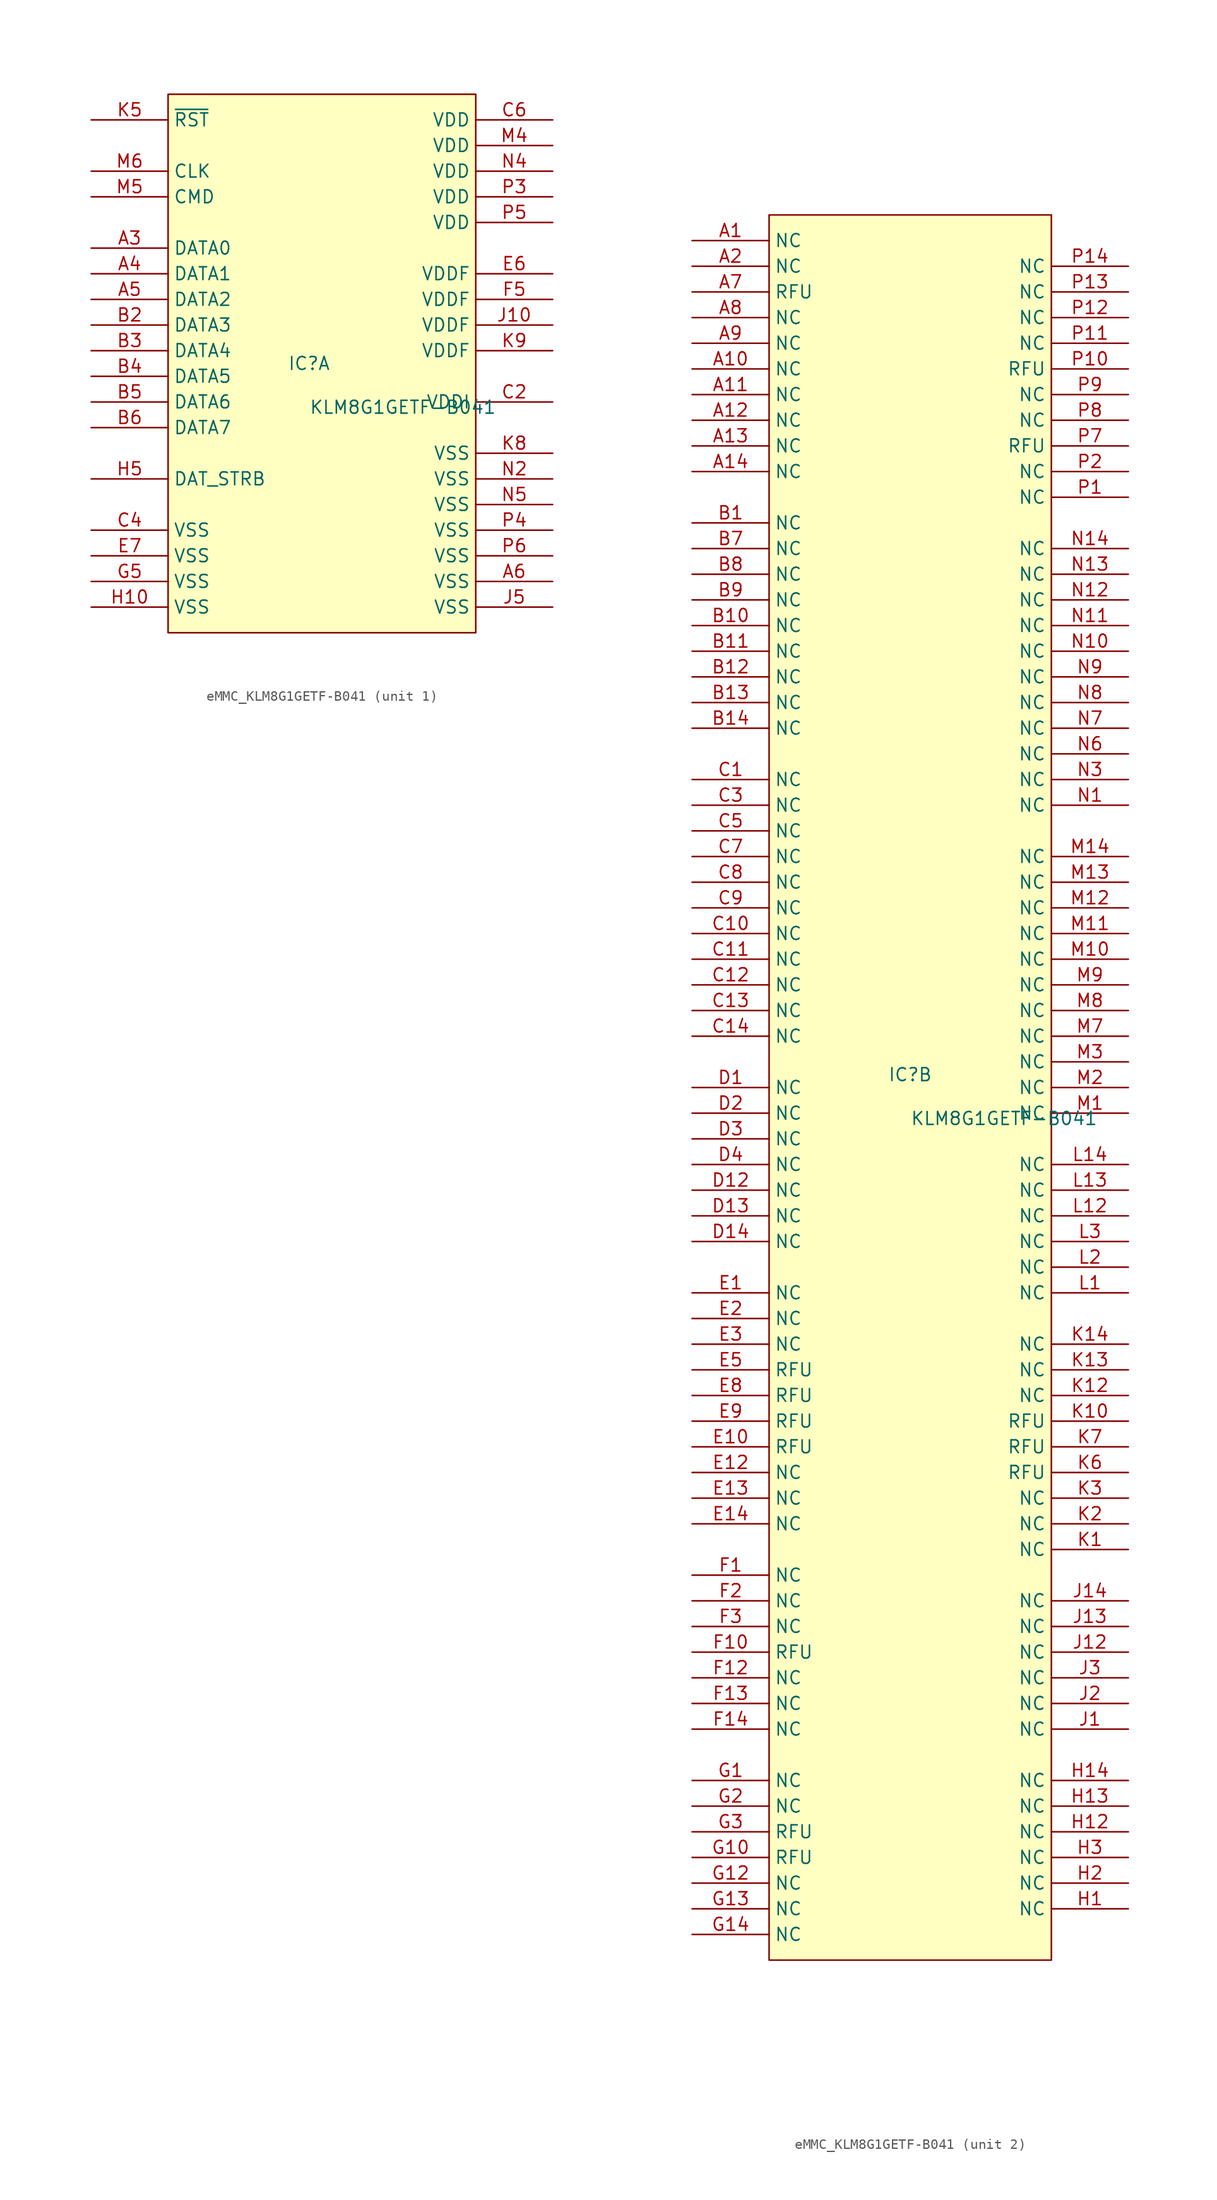
<source format=kicad_sym>
(kicad_symbol_lib
  (version 20231120)
  (generator "kicad_symbol_editor")
  (generator_version "8.0")
  (symbol "eMMC_KLM8G1GETF-B041"
    (property "Reference" "IC"
      (at -1.27 1.27 0)
      (effects (font (size 1.27 1.27))))
    (property "Value" "KLM8G1GETF-B041"
      (at -1.27 -3.81 0)
      (effects (font (size 1.27 1.27)) (justify left bottom)))
    (symbol "eMMC_KLM8G1GETF-B041_1_0"
      (rectangle (start -15.24 27.94) (end 15.24 -25.4) (stroke (width 0) (type solid) (color 128 0 0 1)) (fill (type background)))
      (pin bidirectional line (at -22.86 12.7 0) (length 7.62) (name "DATA0" (effects (font (size 1.27 1.27)))) (number "A3" (effects (font (size 1.27 1.27)))))
      (pin bidirectional line (at -22.86 10.16 0) (length 7.62) (name "DATA1" (effects (font (size 1.27 1.27)))) (number "A4" (effects (font (size 1.27 1.27)))))
      (pin bidirectional line (at -22.86 7.62 0) (length 7.62) (name "DATA2" (effects (font (size 1.27 1.27)))) (number "A5" (effects (font (size 1.27 1.27)))))
      (pin power_in line (at 22.86 -20.32 180) (length 7.62) (name "VSS" (effects (font (size 1.27 1.27)))) (number "A6" (effects (font (size 1.27 1.27)))))
      (pin bidirectional line (at -22.86 5.08 0) (length 7.62) (name "DATA3" (effects (font (size 1.27 1.27)))) (number "B2" (effects (font (size 1.27 1.27)))))
      (pin bidirectional line (at -22.86 2.54 0) (length 7.62) (name "DATA4" (effects (font (size 1.27 1.27)))) (number "B3" (effects (font (size 1.27 1.27)))))
      (pin bidirectional line (at -22.86 0 0) (length 7.62) (name "DATA5" (effects (font (size 1.27 1.27)))) (number "B4" (effects (font (size 1.27 1.27)))))
      (pin bidirectional line (at -22.86 -2.54 0) (length 7.62) (name "DATA6" (effects (font (size 1.27 1.27)))) (number "B5" (effects (font (size 1.27 1.27)))))
      (pin bidirectional line (at -22.86 -5.08 0) (length 7.62) (name "DATA7" (effects (font (size 1.27 1.27)))) (number "B6" (effects (font (size 1.27 1.27)))))
      (pin power_in line (at 22.86 -2.54 180) (length 7.62) (name "VDDI" (effects (font (size 1.27 1.27)))) (number "C2" (effects (font (size 1.27 1.27)))))
      (pin power_in line (at -22.86 -15.24 0) (length 7.62) (name "VSS" (effects (font (size 1.27 1.27)))) (number "C4" (effects (font (size 1.27 1.27)))))
      (pin power_in line (at 22.86 25.4 180) (length 7.62) (name "VDD" (effects (font (size 1.27 1.27)))) (number "C6" (effects (font (size 1.27 1.27)))))
      (pin power_in line (at 22.86 10.16 180) (length 7.62) (name "VDDF" (effects (font (size 1.27 1.27)))) (number "E6" (effects (font (size 1.27 1.27)))))
      (pin power_in line (at -22.86 -17.78 0) (length 7.62) (name "VSS" (effects (font (size 1.27 1.27)))) (number "E7" (effects (font (size 1.27 1.27)))))
      (pin power_in line (at 22.86 7.62 180) (length 7.62) (name "VDDF" (effects (font (size 1.27 1.27)))) (number "F5" (effects (font (size 1.27 1.27)))))
      (pin power_in line (at -22.86 -20.32 0) (length 7.62) (name "VSS" (effects (font (size 1.27 1.27)))) (number "G5" (effects (font (size 1.27 1.27)))))
      (pin power_in line (at -22.86 -22.86 0) (length 7.62) (name "VSS" (effects (font (size 1.27 1.27)))) (number "H10" (effects (font (size 1.27 1.27)))))
      (pin passive line (at -22.86 -10.16 0) (length 7.62) (name "DAT_STRB" (effects (font (size 1.27 1.27)))) (number "H5" (effects (font (size 1.27 1.27)))))
      (pin power_in line (at 22.86 5.08 180) (length 7.62) (name "VDDF" (effects (font (size 1.27 1.27)))) (number "J10" (effects (font (size 1.27 1.27)))))
      (pin power_in line (at 22.86 -22.86 180) (length 7.62) (name "VSS" (effects (font (size 1.27 1.27)))) (number "J5" (effects (font (size 1.27 1.27)))))
      (pin input line (at -22.86 25.4 0) (length 7.62) (name "~{RST}" (effects (font (size 1.27 1.27)))) (number "K5" (effects (font (size 1.27 1.27)))))
      (pin power_in line (at 22.86 -7.62 180) (length 7.62) (name "VSS" (effects (font (size 1.27 1.27)))) (number "K8" (effects (font (size 1.27 1.27)))))
      (pin power_in line (at 22.86 2.54 180) (length 7.62) (name "VDDF" (effects (font (size 1.27 1.27)))) (number "K9" (effects (font (size 1.27 1.27)))))
      (pin power_in line (at 22.86 22.86 180) (length 7.62) (name "VDD" (effects (font (size 1.27 1.27)))) (number "M4" (effects (font (size 1.27 1.27)))))
      (pin input line (at -22.86 17.78 0) (length 7.62) (name "CMD" (effects (font (size 1.27 1.27)))) (number "M5" (effects (font (size 1.27 1.27)))))
      (pin input line (at -22.86 20.32 0) (length 7.62) (name "CLK" (effects (font (size 1.27 1.27)))) (number "M6" (effects (font (size 1.27 1.27)))))
      (pin power_in line (at 22.86 -10.16 180) (length 7.62) (name "VSS" (effects (font (size 1.27 1.27)))) (number "N2" (effects (font (size 1.27 1.27)))))
      (pin power_in line (at 22.86 20.32 180) (length 7.62) (name "VDD" (effects (font (size 1.27 1.27)))) (number "N4" (effects (font (size 1.27 1.27)))))
      (pin power_in line (at 22.86 -12.7 180) (length 7.62) (name "VSS" (effects (font (size 1.27 1.27)))) (number "N5" (effects (font (size 1.27 1.27)))))
      (pin power_in line (at 22.86 17.78 180) (length 7.62) (name "VDD" (effects (font (size 1.27 1.27)))) (number "P3" (effects (font (size 1.27 1.27)))))
      (pin power_in line (at 22.86 -15.24 180) (length 7.62) (name "VSS" (effects (font (size 1.27 1.27)))) (number "P4" (effects (font (size 1.27 1.27)))))
      (pin power_in line (at 22.86 15.24 180) (length 7.62) (name "VDD" (effects (font (size 1.27 1.27)))) (number "P5" (effects (font (size 1.27 1.27)))))
      (pin power_in line (at 22.86 -17.78 180) (length 7.62) (name "VSS" (effects (font (size 1.27 1.27)))) (number "P6" (effects (font (size 1.27 1.27))))))
    (symbol "eMMC_KLM8G1GETF-B041_2_0"
      (rectangle (start -15.24 86.36) (end 12.7 -86.36) (stroke (width 0) (type solid) (color 128 0 0 1)) (fill (type background)))
      (pin passive line (at -22.86 83.82 0) (length 7.62) (name "NC" (effects (font (size 1.27 1.27)))) (number "A1" (effects (font (size 1.27 1.27)))))
      (pin passive line (at -22.86 71.12 0) (length 7.62) (name "NC" (effects (font (size 1.27 1.27)))) (number "A10" (effects (font (size 1.27 1.27)))))
      (pin passive line (at -22.86 68.58 0) (length 7.62) (name "NC" (effects (font (size 1.27 1.27)))) (number "A11" (effects (font (size 1.27 1.27)))))
      (pin passive line (at -22.86 66.04 0) (length 7.62) (name "NC" (effects (font (size 1.27 1.27)))) (number "A12" (effects (font (size 1.27 1.27)))))
      (pin passive line (at -22.86 63.5 0) (length 7.62) (name "NC" (effects (font (size 1.27 1.27)))) (number "A13" (effects (font (size 1.27 1.27)))))
      (pin passive line (at -22.86 60.96 0) (length 7.62) (name "NC" (effects (font (size 1.27 1.27)))) (number "A14" (effects (font (size 1.27 1.27)))))
      (pin passive line (at -22.86 81.28 0) (length 7.62) (name "NC" (effects (font (size 1.27 1.27)))) (number "A2" (effects (font (size 1.27 1.27)))))
      (pin passive line (at -22.86 78.74 0) (length 7.62) (name "RFU" (effects (font (size 1.27 1.27)))) (number "A7" (effects (font (size 1.27 1.27)))))
      (pin passive line (at -22.86 76.2 0) (length 7.62) (name "NC" (effects (font (size 1.27 1.27)))) (number "A8" (effects (font (size 1.27 1.27)))))
      (pin passive line (at -22.86 73.66 0) (length 7.62) (name "NC" (effects (font (size 1.27 1.27)))) (number "A9" (effects (font (size 1.27 1.27)))))
      (pin passive line (at -22.86 55.88 0) (length 7.62) (name "NC" (effects (font (size 1.27 1.27)))) (number "B1" (effects (font (size 1.27 1.27)))))
      (pin passive line (at -22.86 45.72 0) (length 7.62) (name "NC" (effects (font (size 1.27 1.27)))) (number "B10" (effects (font (size 1.27 1.27)))))
      (pin passive line (at -22.86 43.18 0) (length 7.62) (name "NC" (effects (font (size 1.27 1.27)))) (number "B11" (effects (font (size 1.27 1.27)))))
      (pin passive line (at -22.86 40.64 0) (length 7.62) (name "NC" (effects (font (size 1.27 1.27)))) (number "B12" (effects (font (size 1.27 1.27)))))
      (pin passive line (at -22.86 38.1 0) (length 7.62) (name "NC" (effects (font (size 1.27 1.27)))) (number "B13" (effects (font (size 1.27 1.27)))))
      (pin passive line (at -22.86 35.56 0) (length 7.62) (name "NC" (effects (font (size 1.27 1.27)))) (number "B14" (effects (font (size 1.27 1.27)))))
      (pin passive line (at -22.86 53.34 0) (length 7.62) (name "NC" (effects (font (size 1.27 1.27)))) (number "B7" (effects (font (size 1.27 1.27)))))
      (pin passive line (at -22.86 50.8 0) (length 7.62) (name "NC" (effects (font (size 1.27 1.27)))) (number "B8" (effects (font (size 1.27 1.27)))))
      (pin passive line (at -22.86 48.26 0) (length 7.62) (name "NC" (effects (font (size 1.27 1.27)))) (number "B9" (effects (font (size 1.27 1.27)))))
      (pin passive line (at -22.86 30.48 0) (length 7.62) (name "NC" (effects (font (size 1.27 1.27)))) (number "C1" (effects (font (size 1.27 1.27)))))
      (pin passive line (at -22.86 15.24 0) (length 7.62) (name "NC" (effects (font (size 1.27 1.27)))) (number "C10" (effects (font (size 1.27 1.27)))))
      (pin passive line (at -22.86 12.7 0) (length 7.62) (name "NC" (effects (font (size 1.27 1.27)))) (number "C11" (effects (font (size 1.27 1.27)))))
      (pin passive line (at -22.86 10.16 0) (length 7.62) (name "NC" (effects (font (size 1.27 1.27)))) (number "C12" (effects (font (size 1.27 1.27)))))
      (pin passive line (at -22.86 7.62 0) (length 7.62) (name "NC" (effects (font (size 1.27 1.27)))) (number "C13" (effects (font (size 1.27 1.27)))))
      (pin passive line (at -22.86 5.08 0) (length 7.62) (name "NC" (effects (font (size 1.27 1.27)))) (number "C14" (effects (font (size 1.27 1.27)))))
      (pin passive line (at -22.86 27.94 0) (length 7.62) (name "NC" (effects (font (size 1.27 1.27)))) (number "C3" (effects (font (size 1.27 1.27)))))
      (pin passive line (at -22.86 25.4 0) (length 7.62) (name "NC" (effects (font (size 1.27 1.27)))) (number "C5" (effects (font (size 1.27 1.27)))))
      (pin passive line (at -22.86 22.86 0) (length 7.62) (name "NC" (effects (font (size 1.27 1.27)))) (number "C7" (effects (font (size 1.27 1.27)))))
      (pin passive line (at -22.86 20.32 0) (length 7.62) (name "NC" (effects (font (size 1.27 1.27)))) (number "C8" (effects (font (size 1.27 1.27)))))
      (pin passive line (at -22.86 17.78 0) (length 7.62) (name "NC" (effects (font (size 1.27 1.27)))) (number "C9" (effects (font (size 1.27 1.27)))))
      (pin passive line (at -22.86 0 0) (length 7.62) (name "NC" (effects (font (size 1.27 1.27)))) (number "D1" (effects (font (size 1.27 1.27)))))
      (pin passive line (at -22.86 -10.16 0) (length 7.62) (name "NC" (effects (font (size 1.27 1.27)))) (number "D12" (effects (font (size 1.27 1.27)))))
      (pin passive line (at -22.86 -12.7 0) (length 7.62) (name "NC" (effects (font (size 1.27 1.27)))) (number "D13" (effects (font (size 1.27 1.27)))))
      (pin passive line (at -22.86 -15.24 0) (length 7.62) (name "NC" (effects (font (size 1.27 1.27)))) (number "D14" (effects (font (size 1.27 1.27)))))
      (pin passive line (at -22.86 -2.54 0) (length 7.62) (name "NC" (effects (font (size 1.27 1.27)))) (number "D2" (effects (font (size 1.27 1.27)))))
      (pin passive line (at -22.86 -5.08 0) (length 7.62) (name "NC" (effects (font (size 1.27 1.27)))) (number "D3" (effects (font (size 1.27 1.27)))))
      (pin passive line (at -22.86 -7.62 0) (length 7.62) (name "NC" (effects (font (size 1.27 1.27)))) (number "D4" (effects (font (size 1.27 1.27)))))
      (pin passive line (at -22.86 -20.32 0) (length 7.62) (name "NC" (effects (font (size 1.27 1.27)))) (number "E1" (effects (font (size 1.27 1.27)))))
      (pin passive line (at -22.86 -35.56 0) (length 7.62) (name "RFU" (effects (font (size 1.27 1.27)))) (number "E10" (effects (font (size 1.27 1.27)))))
      (pin passive line (at -22.86 -38.1 0) (length 7.62) (name "NC" (effects (font (size 1.27 1.27)))) (number "E12" (effects (font (size 1.27 1.27)))))
      (pin passive line (at -22.86 -40.64 0) (length 7.62) (name "NC" (effects (font (size 1.27 1.27)))) (number "E13" (effects (font (size 1.27 1.27)))))
      (pin passive line (at -22.86 -43.18 0) (length 7.62) (name "NC" (effects (font (size 1.27 1.27)))) (number "E14" (effects (font (size 1.27 1.27)))))
      (pin passive line (at -22.86 -22.86 0) (length 7.62) (name "NC" (effects (font (size 1.27 1.27)))) (number "E2" (effects (font (size 1.27 1.27)))))
      (pin passive line (at -22.86 -25.4 0) (length 7.62) (name "NC" (effects (font (size 1.27 1.27)))) (number "E3" (effects (font (size 1.27 1.27)))))
      (pin passive line (at -22.86 -27.94 0) (length 7.62) (name "RFU" (effects (font (size 1.27 1.27)))) (number "E5" (effects (font (size 1.27 1.27)))))
      (pin passive line (at -22.86 -30.48 0) (length 7.62) (name "RFU" (effects (font (size 1.27 1.27)))) (number "E8" (effects (font (size 1.27 1.27)))))
      (pin passive line (at -22.86 -33.02 0) (length 7.62) (name "RFU" (effects (font (size 1.27 1.27)))) (number "E9" (effects (font (size 1.27 1.27)))))
      (pin passive line (at -22.86 -48.26 0) (length 7.62) (name "NC" (effects (font (size 1.27 1.27)))) (number "F1" (effects (font (size 1.27 1.27)))))
      (pin passive line (at -22.86 -55.88 0) (length 7.62) (name "RFU" (effects (font (size 1.27 1.27)))) (number "F10" (effects (font (size 1.27 1.27)))))
      (pin passive line (at -22.86 -58.42 0) (length 7.62) (name "NC" (effects (font (size 1.27 1.27)))) (number "F12" (effects (font (size 1.27 1.27)))))
      (pin passive line (at -22.86 -60.96 0) (length 7.62) (name "NC" (effects (font (size 1.27 1.27)))) (number "F13" (effects (font (size 1.27 1.27)))))
      (pin passive line (at -22.86 -63.5 0) (length 7.62) (name "NC" (effects (font (size 1.27 1.27)))) (number "F14" (effects (font (size 1.27 1.27)))))
      (pin passive line (at -22.86 -50.8 0) (length 7.62) (name "NC" (effects (font (size 1.27 1.27)))) (number "F2" (effects (font (size 1.27 1.27)))))
      (pin passive line (at -22.86 -53.34 0) (length 7.62) (name "NC" (effects (font (size 1.27 1.27)))) (number "F3" (effects (font (size 1.27 1.27)))))
      (pin passive line (at -22.86 -68.58 0) (length 7.62) (name "NC" (effects (font (size 1.27 1.27)))) (number "G1" (effects (font (size 1.27 1.27)))))
      (pin passive line (at -22.86 -76.2 0) (length 7.62) (name "RFU" (effects (font (size 1.27 1.27)))) (number "G10" (effects (font (size 1.27 1.27)))))
      (pin passive line (at -22.86 -78.74 0) (length 7.62) (name "NC" (effects (font (size 1.27 1.27)))) (number "G12" (effects (font (size 1.27 1.27)))))
      (pin passive line (at -22.86 -81.28 0) (length 7.62) (name "NC" (effects (font (size 1.27 1.27)))) (number "G13" (effects (font (size 1.27 1.27)))))
      (pin passive line (at -22.86 -83.82 0) (length 7.62) (name "NC" (effects (font (size 1.27 1.27)))) (number "G14" (effects (font (size 1.27 1.27)))))
      (pin passive line (at -22.86 -71.12 0) (length 7.62) (name "NC" (effects (font (size 1.27 1.27)))) (number "G2" (effects (font (size 1.27 1.27)))))
      (pin passive line (at -22.86 -73.66 0) (length 7.62) (name "RFU" (effects (font (size 1.27 1.27)))) (number "G3" (effects (font (size 1.27 1.27)))))
      (pin passive line (at 20.32 -81.28 180) (length 7.62) (name "NC" (effects (font (size 1.27 1.27)))) (number "H1" (effects (font (size 1.27 1.27)))))
      (pin passive line (at 20.32 -73.66 180) (length 7.62) (name "NC" (effects (font (size 1.27 1.27)))) (number "H12" (effects (font (size 1.27 1.27)))))
      (pin passive line (at 20.32 -71.12 180) (length 7.62) (name "NC" (effects (font (size 1.27 1.27)))) (number "H13" (effects (font (size 1.27 1.27)))))
      (pin passive line (at 20.32 -68.58 180) (length 7.62) (name "NC" (effects (font (size 1.27 1.27)))) (number "H14" (effects (font (size 1.27 1.27)))))
      (pin passive line (at 20.32 -78.74 180) (length 7.62) (name "NC" (effects (font (size 1.27 1.27)))) (number "H2" (effects (font (size 1.27 1.27)))))
      (pin passive line (at 20.32 -76.2 180) (length 7.62) (name "NC" (effects (font (size 1.27 1.27)))) (number "H3" (effects (font (size 1.27 1.27)))))
      (pin passive line (at 20.32 -63.5 180) (length 7.62) (name "NC" (effects (font (size 1.27 1.27)))) (number "J1" (effects (font (size 1.27 1.27)))))
      (pin passive line (at 20.32 -55.88 180) (length 7.62) (name "NC" (effects (font (size 1.27 1.27)))) (number "J12" (effects (font (size 1.27 1.27)))))
      (pin passive line (at 20.32 -53.34 180) (length 7.62) (name "NC" (effects (font (size 1.27 1.27)))) (number "J13" (effects (font (size 1.27 1.27)))))
      (pin passive line (at 20.32 -50.8 180) (length 7.62) (name "NC" (effects (font (size 1.27 1.27)))) (number "J14" (effects (font (size 1.27 1.27)))))
      (pin passive line (at 20.32 -60.96 180) (length 7.62) (name "NC" (effects (font (size 1.27 1.27)))) (number "J2" (effects (font (size 1.27 1.27)))))
      (pin passive line (at 20.32 -58.42 180) (length 7.62) (name "NC" (effects (font (size 1.27 1.27)))) (number "J3" (effects (font (size 1.27 1.27)))))
      (pin passive line (at 20.32 -45.72 180) (length 7.62) (name "NC" (effects (font (size 1.27 1.27)))) (number "K1" (effects (font (size 1.27 1.27)))))
      (pin passive line (at 20.32 -33.02 180) (length 7.62) (name "RFU" (effects (font (size 1.27 1.27)))) (number "K10" (effects (font (size 1.27 1.27)))))
      (pin passive line (at 20.32 -30.48 180) (length 7.62) (name "NC" (effects (font (size 1.27 1.27)))) (number "K12" (effects (font (size 1.27 1.27)))))
      (pin passive line (at 20.32 -27.94 180) (length 7.62) (name "NC" (effects (font (size 1.27 1.27)))) (number "K13" (effects (font (size 1.27 1.27)))))
      (pin passive line (at 20.32 -25.4 180) (length 7.62) (name "NC" (effects (font (size 1.27 1.27)))) (number "K14" (effects (font (size 1.27 1.27)))))
      (pin passive line (at 20.32 -43.18 180) (length 7.62) (name "NC" (effects (font (size 1.27 1.27)))) (number "K2" (effects (font (size 1.27 1.27)))))
      (pin passive line (at 20.32 -40.64 180) (length 7.62) (name "NC" (effects (font (size 1.27 1.27)))) (number "K3" (effects (font (size 1.27 1.27)))))
      (pin passive line (at 20.32 -38.1 180) (length 7.62) (name "RFU" (effects (font (size 1.27 1.27)))) (number "K6" (effects (font (size 1.27 1.27)))))
      (pin passive line (at 20.32 -35.56 180) (length 7.62) (name "RFU" (effects (font (size 1.27 1.27)))) (number "K7" (effects (font (size 1.27 1.27)))))
      (pin passive line (at 20.32 -20.32 180) (length 7.62) (name "NC" (effects (font (size 1.27 1.27)))) (number "L1" (effects (font (size 1.27 1.27)))))
      (pin passive line (at 20.32 -12.7 180) (length 7.62) (name "NC" (effects (font (size 1.27 1.27)))) (number "L12" (effects (font (size 1.27 1.27)))))
      (pin passive line (at 20.32 -10.16 180) (length 7.62) (name "NC" (effects (font (size 1.27 1.27)))) (number "L13" (effects (font (size 1.27 1.27)))))
      (pin passive line (at 20.32 -7.62 180) (length 7.62) (name "NC" (effects (font (size 1.27 1.27)))) (number "L14" (effects (font (size 1.27 1.27)))))
      (pin passive line (at 20.32 -17.78 180) (length 7.62) (name "NC" (effects (font (size 1.27 1.27)))) (number "L2" (effects (font (size 1.27 1.27)))))
      (pin passive line (at 20.32 -15.24 180) (length 7.62) (name "NC" (effects (font (size 1.27 1.27)))) (number "L3" (effects (font (size 1.27 1.27)))))
      (pin passive line (at 20.32 -2.54 180) (length 7.62) (name "NC" (effects (font (size 1.27 1.27)))) (number "M1" (effects (font (size 1.27 1.27)))))
      (pin passive line (at 20.32 12.7 180) (length 7.62) (name "NC" (effects (font (size 1.27 1.27)))) (number "M10" (effects (font (size 1.27 1.27)))))
      (pin passive line (at 20.32 15.24 180) (length 7.62) (name "NC" (effects (font (size 1.27 1.27)))) (number "M11" (effects (font (size 1.27 1.27)))))
      (pin passive line (at 20.32 17.78 180) (length 7.62) (name "NC" (effects (font (size 1.27 1.27)))) (number "M12" (effects (font (size 1.27 1.27)))))
      (pin passive line (at 20.32 20.32 180) (length 7.62) (name "NC" (effects (font (size 1.27 1.27)))) (number "M13" (effects (font (size 1.27 1.27)))))
      (pin passive line (at 20.32 22.86 180) (length 7.62) (name "NC" (effects (font (size 1.27 1.27)))) (number "M14" (effects (font (size 1.27 1.27)))))
      (pin passive line (at 20.32 0 180) (length 7.62) (name "NC" (effects (font (size 1.27 1.27)))) (number "M2" (effects (font (size 1.27 1.27)))))
      (pin passive line (at 20.32 2.54 180) (length 7.62) (name "NC" (effects (font (size 1.27 1.27)))) (number "M3" (effects (font (size 1.27 1.27)))))
      (pin passive line (at 20.32 5.08 180) (length 7.62) (name "NC" (effects (font (size 1.27 1.27)))) (number "M7" (effects (font (size 1.27 1.27)))))
      (pin passive line (at 20.32 7.62 180) (length 7.62) (name "NC" (effects (font (size 1.27 1.27)))) (number "M8" (effects (font (size 1.27 1.27)))))
      (pin passive line (at 20.32 10.16 180) (length 7.62) (name "NC" (effects (font (size 1.27 1.27)))) (number "M9" (effects (font (size 1.27 1.27)))))
      (pin passive line (at 20.32 27.94 180) (length 7.62) (name "NC" (effects (font (size 1.27 1.27)))) (number "N1" (effects (font (size 1.27 1.27)))))
      (pin passive line (at 20.32 43.18 180) (length 7.62) (name "NC" (effects (font (size 1.27 1.27)))) (number "N10" (effects (font (size 1.27 1.27)))))
      (pin passive line (at 20.32 45.72 180) (length 7.62) (name "NC" (effects (font (size 1.27 1.27)))) (number "N11" (effects (font (size 1.27 1.27)))))
      (pin passive line (at 20.32 48.26 180) (length 7.62) (name "NC" (effects (font (size 1.27 1.27)))) (number "N12" (effects (font (size 1.27 1.27)))))
      (pin passive line (at 20.32 50.8 180) (length 7.62) (name "NC" (effects (font (size 1.27 1.27)))) (number "N13" (effects (font (size 1.27 1.27)))))
      (pin passive line (at 20.32 53.34 180) (length 7.62) (name "NC" (effects (font (size 1.27 1.27)))) (number "N14" (effects (font (size 1.27 1.27)))))
      (pin passive line (at 20.32 30.48 180) (length 7.62) (name "NC" (effects (font (size 1.27 1.27)))) (number "N3" (effects (font (size 1.27 1.27)))))
      (pin passive line (at 20.32 33.02 180) (length 7.62) (name "NC" (effects (font (size 1.27 1.27)))) (number "N6" (effects (font (size 1.27 1.27)))))
      (pin passive line (at 20.32 35.56 180) (length 7.62) (name "NC" (effects (font (size 1.27 1.27)))) (number "N7" (effects (font (size 1.27 1.27)))))
      (pin passive line (at 20.32 38.1 180) (length 7.62) (name "NC" (effects (font (size 1.27 1.27)))) (number "N8" (effects (font (size 1.27 1.27)))))
      (pin passive line (at 20.32 40.64 180) (length 7.62) (name "NC" (effects (font (size 1.27 1.27)))) (number "N9" (effects (font (size 1.27 1.27)))))
      (pin passive line (at 20.32 58.42 180) (length 7.62) (name "NC" (effects (font (size 1.27 1.27)))) (number "P1" (effects (font (size 1.27 1.27)))))
      (pin passive line (at 20.32 71.12 180) (length 7.62) (name "RFU" (effects (font (size 1.27 1.27)))) (number "P10" (effects (font (size 1.27 1.27)))))
      (pin passive line (at 20.32 73.66 180) (length 7.62) (name "NC" (effects (font (size 1.27 1.27)))) (number "P11" (effects (font (size 1.27 1.27)))))
      (pin passive line (at 20.32 76.2 180) (length 7.62) (name "NC" (effects (font (size 1.27 1.27)))) (number "P12" (effects (font (size 1.27 1.27)))))
      (pin passive line (at 20.32 78.74 180) (length 7.62) (name "NC" (effects (font (size 1.27 1.27)))) (number "P13" (effects (font (size 1.27 1.27)))))
      (pin passive line (at 20.32 81.28 180) (length 7.62) (name "NC" (effects (font (size 1.27 1.27)))) (number "P14" (effects (font (size 1.27 1.27)))))
      (pin passive line (at 20.32 60.96 180) (length 7.62) (name "NC" (effects (font (size 1.27 1.27)))) (number "P2" (effects (font (size 1.27 1.27)))))
      (pin passive line (at 20.32 63.5 180) (length 7.62) (name "RFU" (effects (font (size 1.27 1.27)))) (number "P7" (effects (font (size 1.27 1.27)))))
      (pin passive line (at 20.32 66.04 180) (length 7.62) (name "NC" (effects (font (size 1.27 1.27)))) (number "P8" (effects (font (size 1.27 1.27)))))
      (pin passive line (at 20.32 68.58 180) (length 7.62) (name "NC" (effects (font (size 1.27 1.27)))) (number "P9" (effects (font (size 1.27 1.27))))))))
</source>
